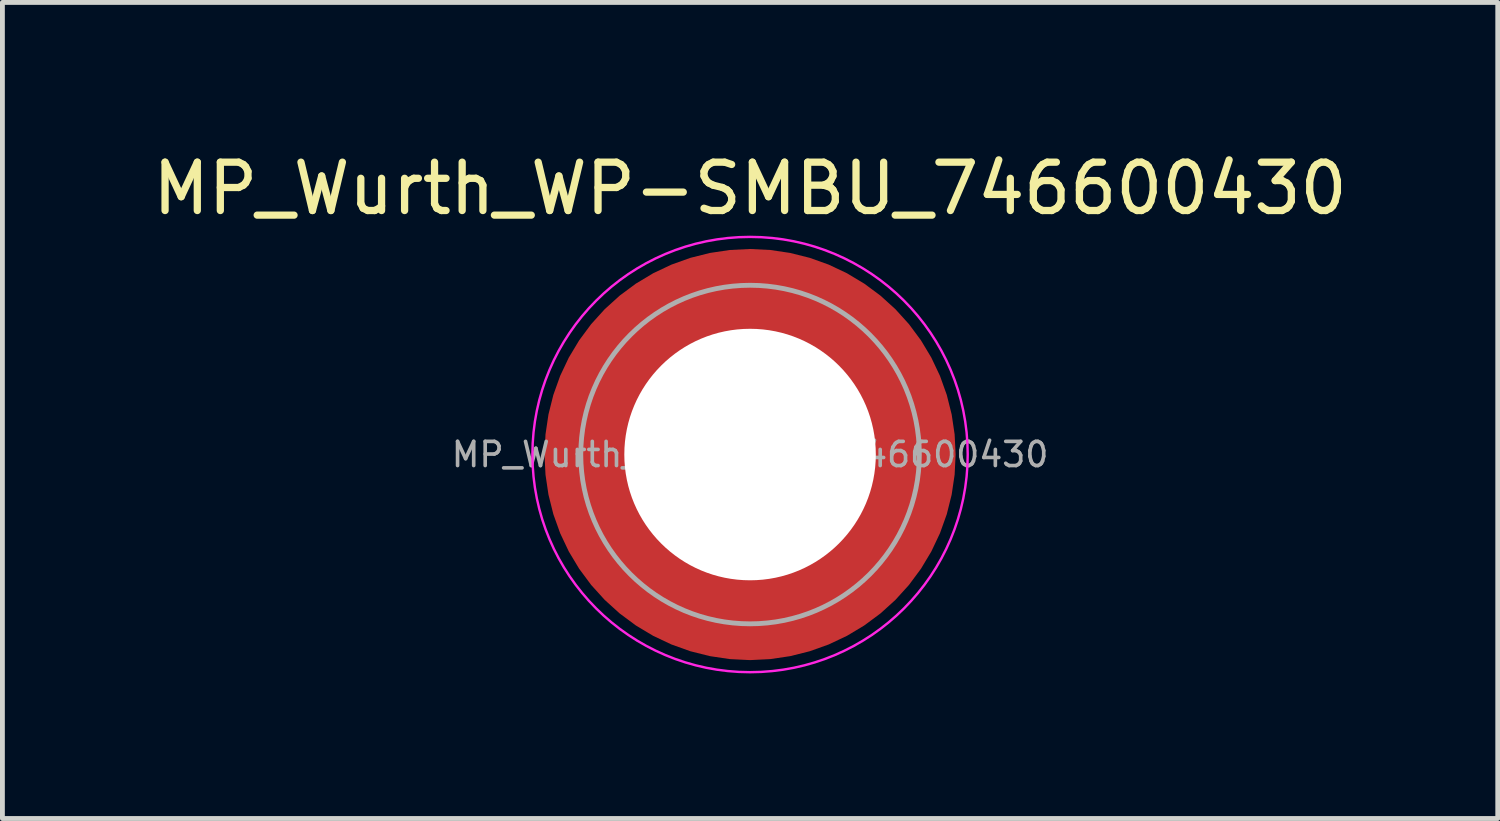
<source format=kicad_pcb>
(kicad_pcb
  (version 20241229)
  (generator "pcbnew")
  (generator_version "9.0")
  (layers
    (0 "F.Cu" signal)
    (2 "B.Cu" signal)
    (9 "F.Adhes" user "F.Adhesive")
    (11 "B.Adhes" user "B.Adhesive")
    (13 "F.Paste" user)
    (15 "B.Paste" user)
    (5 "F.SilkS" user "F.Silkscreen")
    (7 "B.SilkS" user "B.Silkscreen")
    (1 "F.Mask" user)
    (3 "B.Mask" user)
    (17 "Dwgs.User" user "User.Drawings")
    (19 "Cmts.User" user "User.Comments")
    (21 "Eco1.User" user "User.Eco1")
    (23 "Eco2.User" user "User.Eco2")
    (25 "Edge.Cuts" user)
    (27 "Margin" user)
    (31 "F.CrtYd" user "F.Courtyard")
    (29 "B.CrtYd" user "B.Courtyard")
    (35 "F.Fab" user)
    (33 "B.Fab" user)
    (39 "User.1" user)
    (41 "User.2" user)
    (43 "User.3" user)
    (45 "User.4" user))
  (footprint "MP_Wurth_WP-SMBU_746600430"
    (layer "F.Cu")
    (at 12.458 6.348)
    (property "Reference" "MP_Wurth_WP-SMBU_746600430" (at 0 -5.5 0) (unlocked yes) (layer "F.SilkS") (effects (font (size 1 1) (thickness 0.15))))
    (attr smd)
    (fp_poly (pts (xy -2.685 0.574) (xy -2.665 0.664) (xy -2.635 0.774) (xy -2.595 0.898) (xy -2.56 0.993) (xy -2.525 1.078) (xy -2.48 1.178) (xy -2.431 1.278) (xy -2.386 1.358) (xy -2.346 1.427) (xy -2.291 1.512) (xy -2.236 1.592) (xy -2.181 1.667) (xy -2.131 1.732) (xy -2.076 1.797) (xy -2.016 1.862) (xy -1.941 1.941) (xy -1.867 2.011) (xy -1.807 2.066) (xy -1.732 2.131) (xy -1.662 2.186) (xy -1.587 2.241) (xy -1.497 2.301) (xy -1.412 2.356) (xy -1.323 2.406) (xy -1.238 2.451) (xy -1.158 2.49) (xy -1.053 2.535) (xy -0.938 2.58) (xy -0.824 2.62) (xy -0.699 2.655) (xy -0.574 2.685) (xy -0.495 2.701) (xy -0.495 4.126) (xy -0.546 4.12) (xy -0.546 4.12) (xy -0.621 4.11) (xy -0.621 4.11) (xy -0.676 4.1) (xy -0.736 4.09) (xy -0.791 4.08) (xy -0.871 4.065) (xy -0.871 4.065) (xy -0.936 4.05) (xy -0.996 4.035) (xy -1.076 4.015) (xy -1.076 4.015) (xy -1.216 3.975) (xy -1.216 3.975) (xy -1.281 3.955) (xy -1.282 3.955) (xy -1.352 3.93) (xy -1.437 3.9) (xy -1.492 3.88) (xy -1.492 3.88) (xy -1.552 3.855) (xy -1.627 3.825) (xy -1.627 3.825) (xy -1.697 3.795) (xy -1.697 3.795) (xy -1.772 3.76) (xy -1.837 3.73) (xy -1.837 3.729) (xy -1.902 3.694) (xy -1.972 3.659) (xy -1.972 3.659) (xy -2.042 3.619) (xy -2.103 3.584) (xy -2.163 3.549) (xy -2.163 3.549) (xy -2.243 3.499) (xy -2.243 3.499) (xy -2.348 3.429) (xy -2.348 3.429) (xy -2.433 3.369) (xy -2.433 3.369) (xy -2.533 3.294) (xy -2.533 3.294) (xy -2.603 3.239) (xy -2.603 3.239) (xy -2.688 3.169) (xy -2.688 3.169) (xy -2.763 3.104) (xy -2.763 3.104) (xy -2.843 3.029) (xy -2.898 2.979) (xy -2.899 2.979) (xy -2.994 2.884) (xy -2.994 2.883) (xy -3.094 2.773) (xy -3.094 2.773) (xy -3.189 2.663) (xy -3.189 2.663) (xy -3.274 2.558) (xy -3.344 2.468) (xy -3.344 2.468) (xy -3.429 2.348) (xy -3.429 2.348) (xy -3.499 2.243) (xy -3.499 2.243) (xy -3.584 2.103) (xy -3.584 2.102) (xy -3.669 1.952) (xy -3.669 1.952) (xy -3.724 1.842) (xy -3.79 1.707) (xy -3.79 1.707) (xy -3.85 1.567) (xy -3.85 1.567) (xy -3.915 1.397) (xy -3.915 1.397) (xy -3.965 1.247) (xy -3.965 1.246) (xy -4.01 1.091) (xy -4.01 1.091) (xy -4.05 0.936) (xy -4.05 0.936) (xy -4.075 0.816) (xy -4.075 0.816) (xy -4.1 0.676) (xy -4.1 0.676) (xy -4.115 0.581) (xy -4.115 0.581) (xy -4.126 0.495) (xy -2.701 0.495)) (stroke (width 0) (type default)) (fill yes) (layer "F.Paste"))
    (fp_poly (pts (xy -0.495 -2.701) (xy -0.574 -2.685) (xy -0.664 -2.665) (xy -0.774 -2.635) (xy -0.898 -2.595) (xy -0.993 -2.56) (xy -1.078 -2.525) (xy -1.178 -2.48) (xy -1.278 -2.431) (xy -1.358 -2.386) (xy -1.427 -2.346) (xy -1.512 -2.291) (xy -1.592 -2.236) (xy -1.667 -2.181) (xy -1.732 -2.131) (xy -1.797 -2.076) (xy -1.862 -2.016) (xy -1.941 -1.941) (xy -2.011 -1.867) (xy -2.066 -1.807) (xy -2.131 -1.732) (xy -2.186 -1.662) (xy -2.241 -1.587) (xy -2.301 -1.497) (xy -2.356 -1.412) (xy -2.406 -1.323) (xy -2.451 -1.238) (xy -2.49 -1.158) (xy -2.535 -1.053) (xy -2.58 -0.938) (xy -2.62 -0.824) (xy -2.655 -0.699) (xy -2.685 -0.574) (xy -2.701 -0.495) (xy -4.126 -0.495) (xy -4.12 -0.546) (xy -4.12 -0.546) (xy -4.11 -0.621) (xy -4.11 -0.621) (xy -4.1 -0.676) (xy -4.09 -0.736) (xy -4.08 -0.791) (xy -4.065 -0.871) (xy -4.065 -0.871) (xy -4.05 -0.936) (xy -4.035 -0.996) (xy -4.015 -1.076) (xy -4.015 -1.076) (xy -3.975 -1.216) (xy -3.975 -1.216) (xy -3.955 -1.281) (xy -3.955 -1.282) (xy -3.93 -1.352) (xy -3.9 -1.437) (xy -3.88 -1.492) (xy -3.88 -1.492) (xy -3.855 -1.552) (xy -3.825 -1.627) (xy -3.825 -1.627) (xy -3.795 -1.697) (xy -3.795 -1.697) (xy -3.76 -1.772) (xy -3.73 -1.837) (xy -3.729 -1.837) (xy -3.694 -1.902) (xy -3.659 -1.972) (xy -3.659 -1.972) (xy -3.619 -2.042) (xy -3.584 -2.103) (xy -3.549 -2.163) (xy -3.549 -2.163) (xy -3.499 -2.243) (xy -3.499 -2.243) (xy -3.429 -2.348) (xy -3.429 -2.348) (xy -3.369 -2.433) (xy -3.369 -2.433) (xy -3.294 -2.533) (xy -3.294 -2.533) (xy -3.239 -2.603) (xy -3.239 -2.603) (xy -3.169 -2.688) (xy -3.169 -2.688) (xy -3.104 -2.763) (xy -3.104 -2.763) (xy -3.029 -2.843) (xy -2.979 -2.898) (xy -2.979 -2.899) (xy -2.884 -2.994) (xy -2.883 -2.994) (xy -2.773 -3.094) (xy -2.773 -3.094) (xy -2.663 -3.189) (xy -2.663 -3.189) (xy -2.558 -3.274) (xy -2.468 -3.344) (xy -2.468 -3.344) (xy -2.348 -3.429) (xy -2.348 -3.429) (xy -2.243 -3.499) (xy -2.243 -3.499) (xy -2.103 -3.584) (xy -2.102 -3.584) (xy -1.952 -3.669) (xy -1.952 -3.669) (xy -1.842 -3.724) (xy -1.707 -3.79) (xy -1.707 -3.79) (xy -1.567 -3.85) (xy -1.567 -3.85) (xy -1.397 -3.915) (xy -1.397 -3.915) (xy -1.247 -3.965) (xy -1.246 -3.965) (xy -1.091 -4.01) (xy -1.091 -4.01) (xy -0.936 -4.05) (xy -0.936 -4.05) (xy -0.816 -4.075) (xy -0.816 -4.075) (xy -0.676 -4.1) (xy -0.676 -4.1) (xy -0.581 -4.115) (xy -0.581 -4.115) (xy -0.495 -4.126)) (stroke (width 0) (type default)) (fill yes) (layer "F.Paste"))
    (fp_poly (pts (xy 0.546 -4.12) (xy 0.546 -4.12) (xy 0.621 -4.11) (xy 0.621 -4.11) (xy 0.676 -4.1) (xy 0.736 -4.09) (xy 0.791 -4.08) (xy 0.871 -4.065) (xy 0.871 -4.065) (xy 0.936 -4.05) (xy 0.996 -4.035) (xy 1.076 -4.015) (xy 1.076 -4.015) (xy 1.216 -3.975) (xy 1.216 -3.975) (xy 1.281 -3.955) (xy 1.282 -3.955) (xy 1.352 -3.93) (xy 1.437 -3.9) (xy 1.492 -3.88) (xy 1.492 -3.88) (xy 1.552 -3.855) (xy 1.627 -3.825) (xy 1.627 -3.825) (xy 1.697 -3.795) (xy 1.697 -3.795) (xy 1.772 -3.76) (xy 1.837 -3.73) (xy 1.837 -3.729) (xy 1.902 -3.694) (xy 1.972 -3.659) (xy 1.972 -3.659) (xy 2.042 -3.619) (xy 2.103 -3.584) (xy 2.163 -3.549) (xy 2.163 -3.549) (xy 2.243 -3.499) (xy 2.243 -3.499) (xy 2.348 -3.429) (xy 2.348 -3.429) (xy 2.433 -3.369) (xy 2.433 -3.369) (xy 2.533 -3.294) (xy 2.533 -3.294) (xy 2.603 -3.239) (xy 2.603 -3.239) (xy 2.688 -3.169) (xy 2.688 -3.169) (xy 2.763 -3.104) (xy 2.763 -3.104) (xy 2.843 -3.029) (xy 2.898 -2.979) (xy 2.899 -2.979) (xy 2.994 -2.884) (xy 2.994 -2.883) (xy 3.094 -2.773) (xy 3.094 -2.773) (xy 3.189 -2.663) (xy 3.189 -2.663) (xy 3.274 -2.558) (xy 3.344 -2.468) (xy 3.344 -2.468) (xy 3.429 -2.348) (xy 3.429 -2.348) (xy 3.499 -2.243) (xy 3.499 -2.243) (xy 3.584 -2.103) (xy 3.584 -2.102) (xy 3.669 -1.952) (xy 3.669 -1.952) (xy 3.724 -1.842) (xy 3.79 -1.707) (xy 3.79 -1.707) (xy 3.85 -1.567) (xy 3.85 -1.567) (xy 3.915 -1.397) (xy 3.915 -1.397) (xy 3.965 -1.247) (xy 3.965 -1.246) (xy 4.01 -1.091) (xy 4.01 -1.091) (xy 4.05 -0.936) (xy 4.05 -0.936) (xy 4.075 -0.816) (xy 4.075 -0.816) (xy 4.1 -0.676) (xy 4.1 -0.676) (xy 4.115 -0.581) (xy 4.115 -0.581) (xy 4.126 -0.495) (xy 2.701 -0.495) (xy 2.685 -0.574) (xy 2.665 -0.664) (xy 2.635 -0.774) (xy 2.595 -0.898) (xy 2.56 -0.993) (xy 2.525 -1.078) (xy 2.48 -1.178) (xy 2.431 -1.278) (xy 2.386 -1.358) (xy 2.346 -1.427) (xy 2.291 -1.512) (xy 2.236 -1.592) (xy 2.181 -1.667) (xy 2.131 -1.732) (xy 2.076 -1.797) (xy 2.016 -1.862) (xy 1.941 -1.941) (xy 1.867 -2.011) (xy 1.807 -2.066) (xy 1.732 -2.131) (xy 1.662 -2.186) (xy 1.587 -2.241) (xy 1.497 -2.301) (xy 1.412 -2.356) (xy 1.323 -2.406) (xy 1.238 -2.451) (xy 1.158 -2.49) (xy 1.053 -2.535) (xy 0.938 -2.58) (xy 0.824 -2.62) (xy 0.699 -2.655) (xy 0.574 -2.685) (xy 0.495 -2.701) (xy 0.495 -4.126)) (stroke (width 0) (type default)) (fill yes) (layer "F.Paste"))
    (fp_poly (pts (xy 4.12 0.546) (xy 4.12 0.546) (xy 4.11 0.621) (xy 4.11 0.621) (xy 4.1 0.676) (xy 4.09 0.736) (xy 4.08 0.791) (xy 4.065 0.871) (xy 4.065 0.871) (xy 4.05 0.936) (xy 4.035 0.996) (xy 4.015 1.076) (xy 4.015 1.076) (xy 3.975 1.216) (xy 3.975 1.216) (xy 3.955 1.281) (xy 3.955 1.282) (xy 3.93 1.352) (xy 3.9 1.437) (xy 3.88 1.492) (xy 3.88 1.492) (xy 3.855 1.552) (xy 3.825 1.627) (xy 3.825 1.627) (xy 3.795 1.697) (xy 3.795 1.697) (xy 3.76 1.772) (xy 3.73 1.837) (xy 3.729 1.837) (xy 3.694 1.902) (xy 3.659 1.972) (xy 3.659 1.972) (xy 3.619 2.042) (xy 3.584 2.103) (xy 3.549 2.163) (xy 3.549 2.163) (xy 3.499 2.243) (xy 3.499 2.243) (xy 3.429 2.348) (xy 3.429 2.348) (xy 3.369 2.433) (xy 3.369 2.433) (xy 3.294 2.533) (xy 3.294 2.533) (xy 3.239 2.603) (xy 3.239 2.603) (xy 3.169 2.688) (xy 3.169 2.688) (xy 3.104 2.763) (xy 3.104 2.763) (xy 3.029 2.843) (xy 2.979 2.898) (xy 2.979 2.899) (xy 2.884 2.994) (xy 2.883 2.994) (xy 2.773 3.094) (xy 2.773 3.094) (xy 2.663 3.189) (xy 2.663 3.189) (xy 2.558 3.274) (xy 2.468 3.344) (xy 2.468 3.344) (xy 2.348 3.429) (xy 2.348 3.429) (xy 2.243 3.499) (xy 2.243 3.499) (xy 2.103 3.584) (xy 2.102 3.584) (xy 1.952 3.669) (xy 1.952 3.669) (xy 1.842 3.724) (xy 1.707 3.79) (xy 1.707 3.79) (xy 1.567 3.85) (xy 1.567 3.85) (xy 1.397 3.915) (xy 1.397 3.915) (xy 1.247 3.965) (xy 1.246 3.965) (xy 1.091 4.01) (xy 1.091 4.01) (xy 0.936 4.05) (xy 0.936 4.05) (xy 0.816 4.075) (xy 0.816 4.075) (xy 0.676 4.1) (xy 0.676 4.1) (xy 0.581 4.115) (xy 0.581 4.115) (xy 0.495 4.126) (xy 0.495 2.701) (xy 0.574 2.685) (xy 0.664 2.665) (xy 0.774 2.635) (xy 0.898 2.595) (xy 0.993 2.56) (xy 1.078 2.525) (xy 1.178 2.48) (xy 1.278 2.431) (xy 1.358 2.386) (xy 1.427 2.346) (xy 1.512 2.291) (xy 1.592 2.236) (xy 1.667 2.181) (xy 1.732 2.131) (xy 1.797 2.076) (xy 1.862 2.016) (xy 1.941 1.941) (xy 2.011 1.867) (xy 2.066 1.807) (xy 2.131 1.732) (xy 2.186 1.662) (xy 2.241 1.587) (xy 2.301 1.497) (xy 2.356 1.412) (xy 2.406 1.323) (xy 2.451 1.238) (xy 2.49 1.158) (xy 2.535 1.053) (xy 2.58 0.938) (xy 2.62 0.824) (xy 2.655 0.699) (xy 2.685 0.574) (xy 2.701 0.495) (xy 4.126 0.495)) (stroke (width 0) (type default)) (fill yes) (layer "F.Paste"))
    (fp_circle (center 0 0) (end 4.5 0) (stroke (width 0.05) (type solid)) (fill no) (layer "F.CrtYd"))
    (fp_circle (center 0 0) (end 3.5 0) (stroke (width 0.1) (type solid)) (fill no) (layer "F.Fab"))
    (fp_text user "${REFERENCE}" (at 0 0 0) (unlocked yes) (layer "F.Fab") (effects (font (size 0.5 0.5) (thickness 0.075))))
    (pad "" np_thru_hole circle (at 0 0) (size 5.2 5.2) (drill 5.2) (layers "*.Cu" "*.Mask"))
    (pad "1" smd roundrect (at 0 0) (size 8.5 8.5) (layers "F.Cu" "F.Mask") (roundrect_rratio 0.5)))
  (gr_rect
    (start -3 -3)
    (end 27.917 13.873)
    (stroke (width 0.1) (type default))
    (fill no)
    (layer "Edge.Cuts")))
</source>
